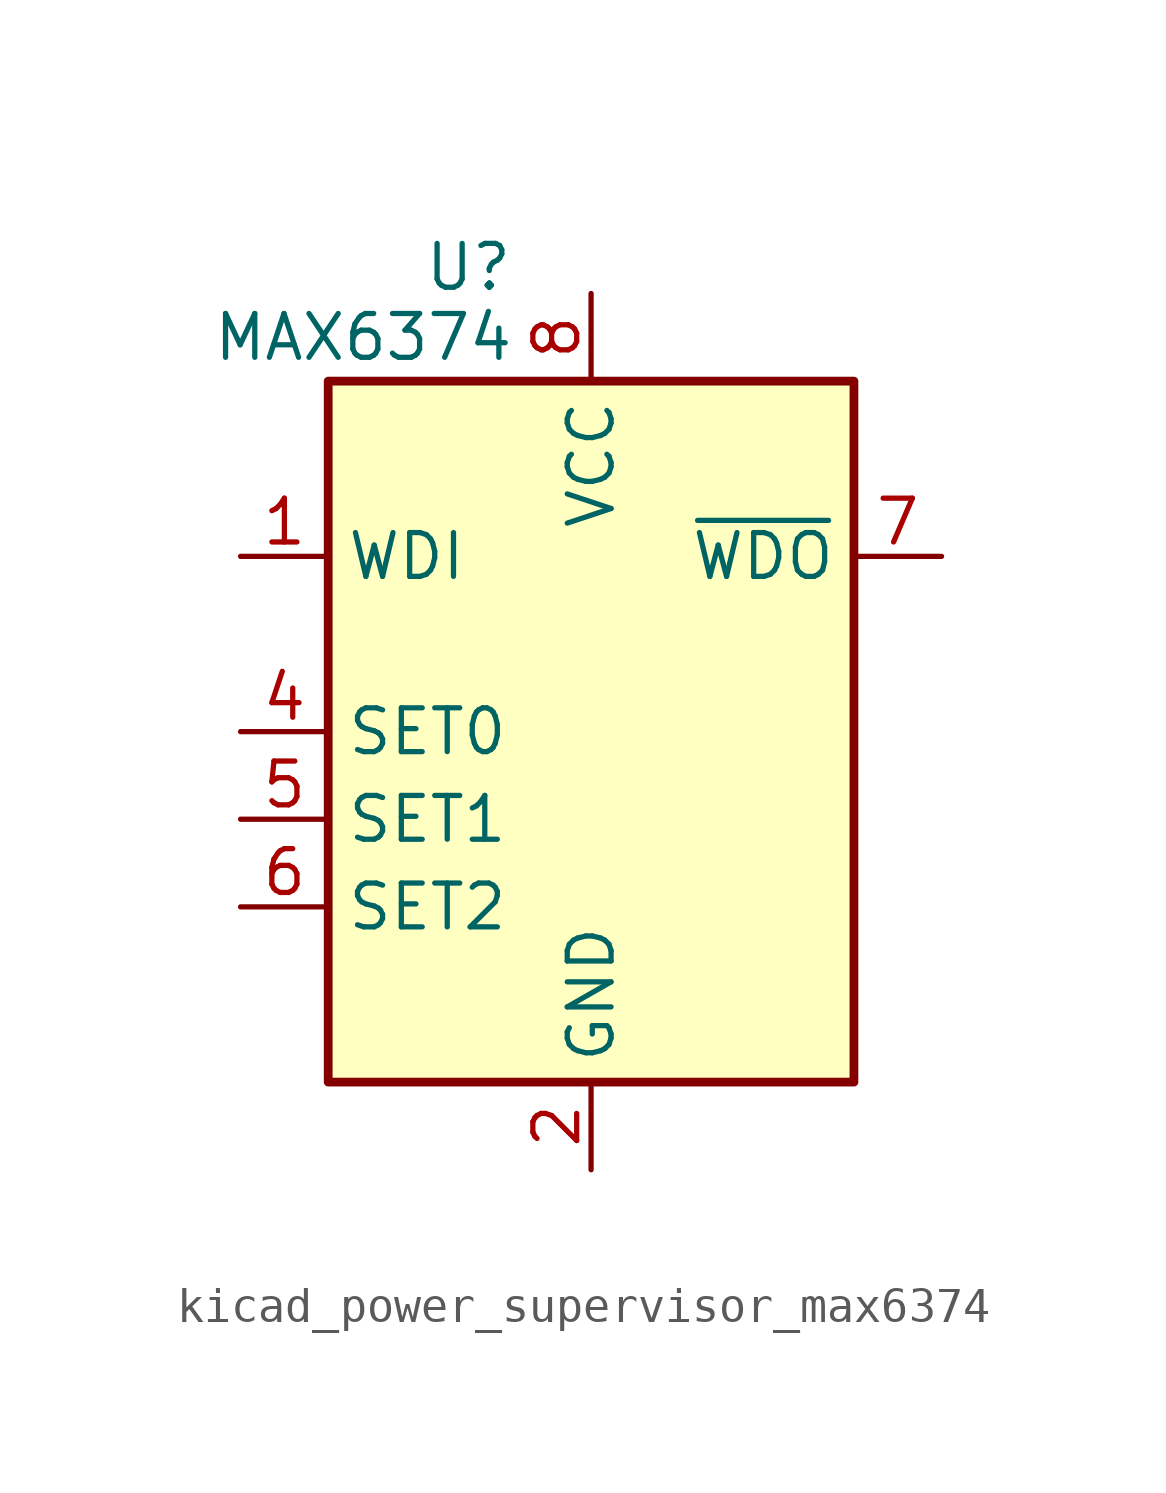
<source format=kicad_sym>
(kicad_symbol_lib
  (version 20220914)
  (generator kicad_symbol_editor)
  (symbol "kicad_power_supervisor_max6374"
    (property "Reference" "U"
      (at -3.556 13.462 0)
      (effects (font (size 1.27 1.27))))
    (property "Value" "MAX6374"
      (at -6.604 11.43 0)
      (effects (font (size 1.27 1.27))))
    (symbol "kicad_power_supervisor_max6374_0_1"
      (rectangle (start -7.62 10.16) (end 7.62 -10.16) (stroke (width 0.254) (type default)) (fill (type background))))
    (symbol "kicad_power_supervisor_max6374_1_1"
      (pin input line (at -10.16 5.08 0) (length 2.54) (name "WDI" (effects (font (size 1.27 1.27)))) (number "1" (effects (font (size 1.27 1.27)))))
      (pin power_in line (at 0 -12.7 90) (length 2.54) (name "GND" (effects (font (size 1.27 1.27)))) (number "2" (effects (font (size 1.27 1.27)))))
      (pin no_connect line (at 7.62 -5.08 180) (length 2.54) hide (name "NC" (effects (font (size 1.27 1.27)))) (number "3" (effects (font (size 1.27 1.27)))))
      (pin input line (at -10.16 0 0) (length 2.54) (name "SET0" (effects (font (size 1.27 1.27)))) (number "4" (effects (font (size 1.27 1.27)))))
      (pin input line (at -10.16 -2.54 0) (length 2.54) (name "SET1" (effects (font (size 1.27 1.27)))) (number "5" (effects (font (size 1.27 1.27)))))
      (pin input line (at -10.16 -5.08 0) (length 2.54) (name "SET2" (effects (font (size 1.27 1.27)))) (number "6" (effects (font (size 1.27 1.27)))))
      (pin output line (at 10.16 5.08 180) (length 2.54) (name "~{WDO}" (effects (font (size 1.27 1.27)))) (number "7" (effects (font (size 1.27 1.27)))))
      (pin power_in line (at 0 12.7 270) (length 2.54) (name "VCC" (effects (font (size 1.27 1.27)))) (number "8" (effects (font (size 1.27 1.27))))))))
</source>
